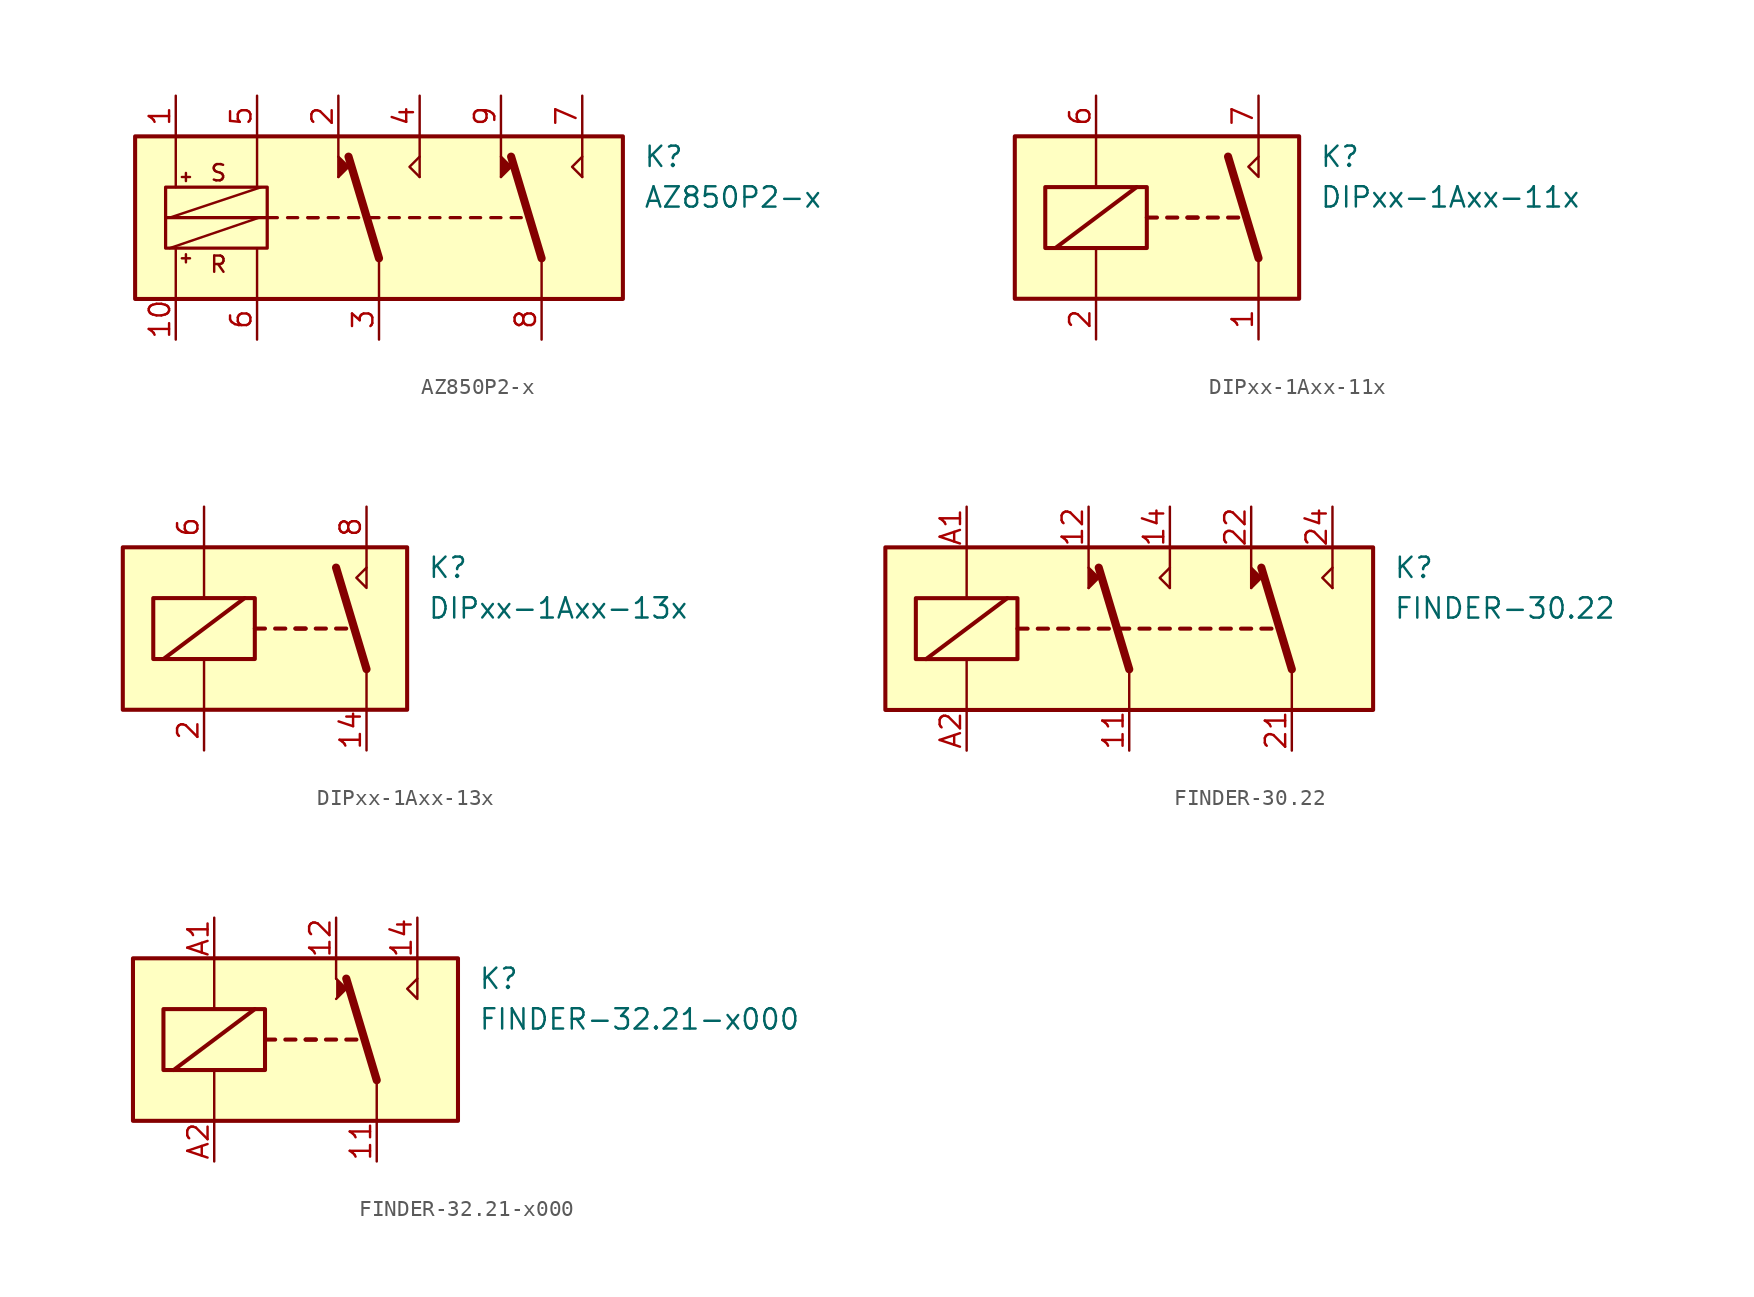
<source format=kicad_sym>
(kicad_symbol_lib
  (version 20201005)
  (generator kicad_symbol_editor)
  (symbol "AZ850P2-x"
    (pin_names
      (offset 1.016))
    (property "Reference" "K"
      (at 16.51 3.81 0)
      (effects (font (size 1.27 1.27)) (justify left)))
    (property "Value" "AZ850P2-x"
      (at 16.51 1.27 0)
      (effects (font (size 1.27 1.27)) (justify left)))
    (symbol "AZ850P2-x_0_0"
      (text "R" (at -10.033 -2.921 0) (effects (font (size 1.016 1.016))))
      (text "S" (at -10.033 2.794 0) (effects (font (size 1.016 1.016)))))
    (symbol "AZ850P2-x_0_1"
      (rectangle (start -15.24 5.08) (end 15.24 -5.08) (stroke (width 0.254)) (fill (type background)))
      (rectangle (start -13.335 1.905) (end -6.985 -1.905) (stroke (width 0.203)) (fill (type none)))
      (polyline (pts (xy -13.335 0) (xy -6.35 0)) (stroke (width 0.203)) (fill (type none)))
      (polyline (pts (xy -13.081 -1.905) (xy -7.493 0)) (stroke (width 0)) (fill (type none)))
      (polyline (pts (xy -13.081 0) (xy -7.366 1.905)) (stroke (width 0)) (fill (type none)))
      (polyline (pts (xy -12.7 -5.08) (xy -12.7 -1.905)) (stroke (width 0)) (fill (type none)))
      (polyline (pts (xy -12.7 5.08) (xy -12.7 1.905)) (stroke (width 0)) (fill (type none)))
      (polyline (pts (xy -12.319 -2.54) (xy -11.811 -2.54)) (stroke (width 0)) (fill (type none)))
      (polyline (pts (xy -12.319 2.54) (xy -11.811 2.54)) (stroke (width 0)) (fill (type none)))
      (polyline (pts (xy -12.065 -2.286) (xy -12.065 -2.794)) (stroke (width 0)) (fill (type none)))
      (polyline (pts (xy -12.065 2.794) (xy -12.065 2.286)) (stroke (width 0)) (fill (type none)))
      (polyline (pts (xy -7.62 -5.08) (xy -7.62 -1.905)) (stroke (width 0)) (fill (type none)))
      (polyline (pts (xy -7.62 5.08) (xy -7.62 1.905)) (stroke (width 0)) (fill (type none)))
      (polyline (pts (xy -5.715 0) (xy -5.08 0)) (stroke (width 0.203)) (fill (type none)))
      (polyline (pts (xy -4.445 0) (xy -3.81 0)) (stroke (width 0.203)) (fill (type none)))
      (polyline (pts (xy -4.445 0) (xy -3.81 0)) (stroke (width 0.203)) (fill (type none)))
      (polyline (pts (xy -3.175 0) (xy -2.54 0)) (stroke (width 0.203)) (fill (type none)))
      (polyline (pts (xy -2.54 2.54) (xy -2.54 5.08)) (stroke (width 0)) (fill (type none)))
      (polyline (pts (xy -1.905 0) (xy -1.27 0)) (stroke (width 0.203)) (fill (type none)))
      (polyline (pts (xy -0.635 0) (xy 0 0)) (stroke (width 0.203)) (fill (type none)))
      (polyline (pts (xy 0 -2.54) (xy -1.905 3.81)) (stroke (width 0.508)) (fill (type none)))
      (polyline (pts (xy 0 -2.54) (xy 0 -5.08)) (stroke (width 0)) (fill (type none)))
      (polyline (pts (xy 0.635 0) (xy 1.27 0)) (stroke (width 0.203)) (fill (type none)))
      (polyline (pts (xy 1.905 0) (xy 2.54 0)) (stroke (width 0.203)) (fill (type none)))
      (polyline (pts (xy 2.54 2.54) (xy 2.54 5.08)) (stroke (width 0)) (fill (type none)))
      (polyline (pts (xy 3.175 0) (xy 3.81 0)) (stroke (width 0.203)) (fill (type none)))
      (polyline (pts (xy 4.445 0) (xy 5.08 0)) (stroke (width 0.203)) (fill (type none)))
      (polyline (pts (xy 5.715 0) (xy 6.35 0)) (stroke (width 0.203)) (fill (type none)))
      (polyline (pts (xy 6.985 0) (xy 7.62 0)) (stroke (width 0.203)) (fill (type none)))
      (polyline (pts (xy 7.62 2.54) (xy 7.62 5.08)) (stroke (width 0)) (fill (type none)))
      (polyline (pts (xy 8.255 0) (xy 8.89 0)) (stroke (width 0.203)) (fill (type none)))
      (polyline (pts (xy 10.16 -2.54) (xy 8.255 3.81)) (stroke (width 0.508)) (fill (type none)))
      (polyline (pts (xy 10.16 -2.54) (xy 10.16 -5.08)) (stroke (width 0)) (fill (type none)))
      (polyline (pts (xy 12.7 2.54) (xy 12.7 5.08)) (stroke (width 0)) (fill (type none)))
      (polyline (pts (xy -2.54 2.54) (xy -1.905 3.175) (xy -2.54 3.81)) (stroke (width 0)) (fill (type outline)))
      (polyline (pts (xy 2.54 2.54) (xy 1.905 3.175) (xy 2.54 3.81)) (stroke (width 0)) (fill (type none)))
      (polyline (pts (xy 7.62 2.54) (xy 8.255 3.175) (xy 7.62 3.81)) (stroke (width 0)) (fill (type outline)))
      (polyline (pts (xy 12.7 2.54) (xy 12.065 3.175) (xy 12.7 3.81)) (stroke (width 0)) (fill (type none))))
    (symbol "AZ850P2-x_1_1"
      (pin passive line (at -12.7 7.62 270) (length 2.54) (name "~" (effects (font (size 1.27 1.27)))) (number "1" (effects (font (size 1.27 1.27)))))
      (pin passive line (at -12.7 -7.62 90) (length 2.54) (name "~" (effects (font (size 1.27 1.27)))) (number "10" (effects (font (size 1.27 1.27)))))
      (pin passive line (at -2.54 7.62 270) (length 2.54) (name "~" (effects (font (size 1.27 1.27)))) (number "2" (effects (font (size 1.27 1.27)))))
      (pin passive line (at 0 -7.62 90) (length 2.54) (name "~" (effects (font (size 1.27 1.27)))) (number "3" (effects (font (size 1.27 1.27)))))
      (pin passive line (at 2.54 7.62 270) (length 2.54) (name "~" (effects (font (size 1.27 1.27)))) (number "4" (effects (font (size 1.27 1.27)))))
      (pin passive line (at -7.62 7.62 270) (length 2.54) (name "~" (effects (font (size 1.27 1.27)))) (number "5" (effects (font (size 1.27 1.27)))))
      (pin passive line (at -7.62 -7.62 90) (length 2.54) (name "~" (effects (font (size 1.27 1.27)))) (number "6" (effects (font (size 1.27 1.27)))))
      (pin passive line (at 12.7 7.62 270) (length 2.54) (name "~" (effects (font (size 1.27 1.27)))) (number "7" (effects (font (size 1.27 1.27)))))
      (pin passive line (at 10.16 -7.62 90) (length 2.54) (name "~" (effects (font (size 1.27 1.27)))) (number "8" (effects (font (size 1.27 1.27)))))
      (pin passive line (at 7.62 7.62 270) (length 2.54) (name "~" (effects (font (size 1.27 1.27)))) (number "9" (effects (font (size 1.27 1.27)))))))
  (symbol "DIPxx-1Axx-11x"
    (pin_names
      (offset 1.016))
    (property "Reference" "K"
      (at 8.89 3.81 0)
      (effects (font (size 1.27 1.27)) (justify left)))
    (property "Value" "DIPxx-1Axx-11x"
      (at 8.89 1.27 0)
      (effects (font (size 1.27 1.27)) (justify left)))
    (symbol "DIPxx-1Axx-11x_0_0"
      (polyline (pts (xy 5.08 3.81) (xy 5.08 5.08)) (stroke (width 0)) (fill (type none)))
      (polyline (pts (xy 5.08 3.81) (xy 5.08 2.54) (xy 4.445 3.175) (xy 5.08 3.81)) (stroke (width 0)) (fill (type none))))
    (symbol "DIPxx-1Axx-11x_0_1"
      (rectangle (start -10.16 5.08) (end 7.62 -5.08) (stroke (width 0.254)) (fill (type background)))
      (rectangle (start -8.255 1.905) (end -1.905 -1.905) (stroke (width 0.254)) (fill (type none)))
      (polyline (pts (xy -7.62 -1.905) (xy -2.54 1.905)) (stroke (width 0.254)) (fill (type none)))
      (polyline (pts (xy -5.08 -5.08) (xy -5.08 -1.905)) (stroke (width 0)) (fill (type none)))
      (polyline (pts (xy -5.08 5.08) (xy -5.08 1.905)) (stroke (width 0)) (fill (type none)))
      (polyline (pts (xy -1.905 0) (xy -1.27 0)) (stroke (width 0.254)) (fill (type none)))
      (polyline (pts (xy -0.635 0) (xy 0 0)) (stroke (width 0.254)) (fill (type none)))
      (polyline (pts (xy 0.635 0) (xy 1.27 0)) (stroke (width 0.254)) (fill (type none)))
      (polyline (pts (xy 0.635 0) (xy 1.27 0)) (stroke (width 0.254)) (fill (type none)))
      (polyline (pts (xy 1.905 0) (xy 2.54 0)) (stroke (width 0.254)) (fill (type none)))
      (polyline (pts (xy 3.175 0) (xy 3.81 0)) (stroke (width 0.254)) (fill (type none)))
      (polyline (pts (xy 5.08 -2.54) (xy 3.175 3.81)) (stroke (width 0.508)) (fill (type none)))
      (polyline (pts (xy 5.08 -2.54) (xy 5.08 -5.08)) (stroke (width 0)) (fill (type none))))
    (symbol "DIPxx-1Axx-11x_1_1"
      (pin passive line (at 5.08 -7.62 90) (length 2.54) (name "~" (effects (font (size 1.27 1.27)))) (number "1" (effects (font (size 1.27 1.27)))))
      (pin passive line (at 5.08 -7.62 90) (length 2.54) hide (name "~" (effects (font (size 1.27 1.27)))) (number "14" (effects (font (size 1.27 1.27)))))
      (pin passive line (at -5.08 -7.62 90) (length 2.54) (name "~" (effects (font (size 1.27 1.27)))) (number "2" (effects (font (size 1.27 1.27)))))
      (pin passive line (at -5.08 7.62 270) (length 2.54) (name "~" (effects (font (size 1.27 1.27)))) (number "6" (effects (font (size 1.27 1.27)))))
      (pin passive line (at 5.08 7.62 270) (length 2.54) (name "~" (effects (font (size 1.27 1.27)))) (number "7" (effects (font (size 1.27 1.27)))))
      (pin passive line (at 5.08 7.62 270) (length 2.54) hide (name "~" (effects (font (size 1.27 1.27)))) (number "8" (effects (font (size 1.27 1.27)))))))
  (symbol "DIPxx-1Axx-13x"
    (pin_names
      (offset 1.016))
    (property "Reference" "K"
      (at 8.89 3.81 0)
      (effects (font (size 1.27 1.27)) (justify left)))
    (property "Value" "DIPxx-1Axx-13x"
      (at 8.89 1.27 0)
      (effects (font (size 1.27 1.27)) (justify left)))
    (symbol "DIPxx-1Axx-13x_0_0"
      (polyline (pts (xy 5.08 3.81) (xy 5.08 5.08)) (stroke (width 0)) (fill (type none)))
      (polyline (pts (xy 5.08 3.81) (xy 5.08 2.54) (xy 4.445 3.175) (xy 5.08 3.81)) (stroke (width 0)) (fill (type none))))
    (symbol "DIPxx-1Axx-13x_0_1"
      (rectangle (start -10.16 5.08) (end 7.62 -5.08) (stroke (width 0.254)) (fill (type background)))
      (rectangle (start -8.255 1.905) (end -1.905 -1.905) (stroke (width 0.254)) (fill (type none)))
      (polyline (pts (xy -7.62 -1.905) (xy -2.54 1.905)) (stroke (width 0.254)) (fill (type none)))
      (polyline (pts (xy -5.08 -5.08) (xy -5.08 -1.905)) (stroke (width 0)) (fill (type none)))
      (polyline (pts (xy -5.08 5.08) (xy -5.08 1.905)) (stroke (width 0)) (fill (type none)))
      (polyline (pts (xy -1.905 0) (xy -1.27 0)) (stroke (width 0.254)) (fill (type none)))
      (polyline (pts (xy -0.635 0) (xy 0 0)) (stroke (width 0.254)) (fill (type none)))
      (polyline (pts (xy 0.635 0) (xy 1.27 0)) (stroke (width 0.254)) (fill (type none)))
      (polyline (pts (xy 0.635 0) (xy 1.27 0)) (stroke (width 0.254)) (fill (type none)))
      (polyline (pts (xy 1.905 0) (xy 2.54 0)) (stroke (width 0.254)) (fill (type none)))
      (polyline (pts (xy 3.175 0) (xy 3.81 0)) (stroke (width 0.254)) (fill (type none)))
      (polyline (pts (xy 5.08 -2.54) (xy 3.175 3.81)) (stroke (width 0.508)) (fill (type none)))
      (polyline (pts (xy 5.08 -2.54) (xy 5.08 -5.08)) (stroke (width 0)) (fill (type none))))
    (symbol "DIPxx-1Axx-13x_1_1"
      (pin passive line (at 5.08 -7.62 90) (length 2.54) (name "~" (effects (font (size 1.27 1.27)))) (number "14" (effects (font (size 1.27 1.27)))))
      (pin passive line (at -5.08 -7.62 90) (length 2.54) (name "~" (effects (font (size 1.27 1.27)))) (number "2" (effects (font (size 1.27 1.27)))))
      (pin passive line (at -5.08 7.62 270) (length 2.54) (name "~" (effects (font (size 1.27 1.27)))) (number "6" (effects (font (size 1.27 1.27)))))
      (pin passive line (at 5.08 7.62 270) (length 2.54) (name "~" (effects (font (size 1.27 1.27)))) (number "8" (effects (font (size 1.27 1.27)))))))
  (symbol "FINDER-30.22"
    (pin_names
      (offset 1.016))
    (property "Reference" "K"
      (at 16.51 3.81 0)
      (effects (font (size 1.27 1.27)) (justify left)))
    (property "Value" "FINDER-30.22"
      (at 16.51 1.27 0)
      (effects (font (size 1.27 1.27)) (justify left)))
    (symbol "FINDER-30.22_0_1"
      (rectangle (start -15.24 5.08) (end 15.24 -5.08) (stroke (width 0.254)) (fill (type background)))
      (rectangle (start -13.335 1.905) (end -6.985 -1.905) (stroke (width 0.254)) (fill (type none)))
      (polyline (pts (xy -12.7 -1.905) (xy -7.62 1.905)) (stroke (width 0.254)) (fill (type none)))
      (polyline (pts (xy -10.16 -5.08) (xy -10.16 -1.905)) (stroke (width 0)) (fill (type none)))
      (polyline (pts (xy -10.16 5.08) (xy -10.16 1.905)) (stroke (width 0)) (fill (type none)))
      (polyline (pts (xy -6.985 0) (xy -6.35 0)) (stroke (width 0.254)) (fill (type none)))
      (polyline (pts (xy -5.715 0) (xy -5.08 0)) (stroke (width 0.254)) (fill (type none)))
      (polyline (pts (xy -4.445 0) (xy -3.81 0)) (stroke (width 0.254)) (fill (type none)))
      (polyline (pts (xy -3.175 0) (xy -2.54 0)) (stroke (width 0.254)) (fill (type none)))
      (polyline (pts (xy -2.54 2.54) (xy -2.54 5.08)) (stroke (width 0)) (fill (type none)))
      (polyline (pts (xy -1.905 0) (xy -1.27 0)) (stroke (width 0.254)) (fill (type none)))
      (polyline (pts (xy -0.635 0) (xy 0 0)) (stroke (width 0.254)) (fill (type none)))
      (polyline (pts (xy 0 -2.54) (xy -1.905 3.81)) (stroke (width 0.508)) (fill (type none)))
      (polyline (pts (xy 0 -2.54) (xy 0 -5.08)) (stroke (width 0)) (fill (type none)))
      (polyline (pts (xy 0.635 0) (xy 1.27 0)) (stroke (width 0.254)) (fill (type none)))
      (polyline (pts (xy 1.905 0) (xy 2.54 0)) (stroke (width 0.254)) (fill (type none)))
      (polyline (pts (xy 2.54 2.54) (xy 2.54 5.08)) (stroke (width 0)) (fill (type none)))
      (polyline (pts (xy 3.175 0) (xy 3.81 0)) (stroke (width 0.254)) (fill (type none)))
      (polyline (pts (xy 4.445 0) (xy 5.08 0)) (stroke (width 0.254)) (fill (type none)))
      (polyline (pts (xy 5.715 0) (xy 6.35 0)) (stroke (width 0.254)) (fill (type none)))
      (polyline (pts (xy 6.985 0) (xy 7.62 0)) (stroke (width 0.254)) (fill (type none)))
      (polyline (pts (xy 7.62 2.54) (xy 7.62 5.08)) (stroke (width 0)) (fill (type none)))
      (polyline (pts (xy 8.255 0) (xy 8.89 0)) (stroke (width 0.254)) (fill (type none)))
      (polyline (pts (xy 10.16 -2.54) (xy 8.255 3.81)) (stroke (width 0.508)) (fill (type none)))
      (polyline (pts (xy 10.16 -2.54) (xy 10.16 -5.08)) (stroke (width 0)) (fill (type none)))
      (polyline (pts (xy 12.7 2.54) (xy 12.7 5.08)) (stroke (width 0)) (fill (type none)))
      (polyline (pts (xy -2.54 2.54) (xy -1.905 3.175) (xy -2.54 3.81)) (stroke (width 0)) (fill (type outline)))
      (polyline (pts (xy 2.54 2.54) (xy 1.905 3.175) (xy 2.54 3.81)) (stroke (width 0)) (fill (type none)))
      (polyline (pts (xy 7.62 2.54) (xy 8.255 3.175) (xy 7.62 3.81)) (stroke (width 0)) (fill (type outline)))
      (polyline (pts (xy 12.7 2.54) (xy 12.065 3.175) (xy 12.7 3.81)) (stroke (width 0)) (fill (type none))))
    (symbol "FINDER-30.22_1_1"
      (pin passive line (at 0 -7.62 90) (length 2.54) (name "~" (effects (font (size 1.27 1.27)))) (number "11" (effects (font (size 1.27 1.27)))))
      (pin passive line (at -2.54 7.62 270) (length 2.54) (name "~" (effects (font (size 1.27 1.27)))) (number "12" (effects (font (size 1.27 1.27)))))
      (pin passive line (at 2.54 7.62 270) (length 2.54) (name "~" (effects (font (size 1.27 1.27)))) (number "14" (effects (font (size 1.27 1.27)))))
      (pin passive line (at 10.16 -7.62 90) (length 2.54) (name "~" (effects (font (size 1.27 1.27)))) (number "21" (effects (font (size 1.27 1.27)))))
      (pin passive line (at 7.62 7.62 270) (length 2.54) (name "~" (effects (font (size 1.27 1.27)))) (number "22" (effects (font (size 1.27 1.27)))))
      (pin passive line (at 12.7 7.62 270) (length 2.54) (name "~" (effects (font (size 1.27 1.27)))) (number "24" (effects (font (size 1.27 1.27)))))
      (pin passive line (at -10.16 7.62 270) (length 2.54) (name "~" (effects (font (size 1.27 1.27)))) (number "A1" (effects (font (size 1.27 1.27)))))
      (pin passive line (at -10.16 -7.62 90) (length 2.54) (name "~" (effects (font (size 1.27 1.27)))) (number "A2" (effects (font (size 1.27 1.27)))))))
  (symbol "FINDER-32.21-x000"
    (pin_names
      (offset 1.016))
    (property "Reference" "K"
      (at 11.43 3.81 0)
      (effects (font (size 1.27 1.27)) (justify left)))
    (property "Value" "FINDER-32.21-x000"
      (at 11.43 1.27 0)
      (effects (font (size 1.27 1.27)) (justify left)))
    (symbol "FINDER-32.21-x000_0_0"
      (polyline (pts (xy 2.54 3.81) (xy 2.54 5.08)) (stroke (width 0)) (fill (type none)))
      (polyline (pts (xy 7.62 3.81) (xy 7.62 5.08)) (stroke (width 0)) (fill (type none)))
      (polyline (pts (xy 7.62 3.81) (xy 7.62 2.54) (xy 6.985 3.175) (xy 7.62 3.81)) (stroke (width 0)) (fill (type none))))
    (symbol "FINDER-32.21-x000_0_1"
      (rectangle (start -10.16 5.08) (end 10.16 -5.08) (stroke (width 0.254)) (fill (type background)))
      (rectangle (start -8.255 1.905) (end -1.905 -1.905) (stroke (width 0.254)) (fill (type none)))
      (polyline (pts (xy -7.62 -1.905) (xy -2.54 1.905)) (stroke (width 0.254)) (fill (type none)))
      (polyline (pts (xy -5.08 -5.08) (xy -5.08 -1.905)) (stroke (width 0)) (fill (type none)))
      (polyline (pts (xy -5.08 5.08) (xy -5.08 1.905)) (stroke (width 0)) (fill (type none)))
      (polyline (pts (xy -1.905 0) (xy -1.27 0)) (stroke (width 0.254)) (fill (type none)))
      (polyline (pts (xy -0.635 0) (xy 0 0)) (stroke (width 0.254)) (fill (type none)))
      (polyline (pts (xy 0.635 0) (xy 1.27 0)) (stroke (width 0.254)) (fill (type none)))
      (polyline (pts (xy 0.635 0) (xy 1.27 0)) (stroke (width 0.254)) (fill (type none)))
      (polyline (pts (xy 1.905 0) (xy 2.54 0)) (stroke (width 0.254)) (fill (type none)))
      (polyline (pts (xy 3.175 0) (xy 3.81 0)) (stroke (width 0.254)) (fill (type none)))
      (polyline (pts (xy 5.08 -2.54) (xy 3.175 3.81)) (stroke (width 0.508)) (fill (type none)))
      (polyline (pts (xy 5.08 -2.54) (xy 5.08 -5.08)) (stroke (width 0)) (fill (type none)))
      (polyline (pts (xy 2.54 2.54) (xy 3.175 3.175) (xy 2.54 3.81)) (stroke (width 0)) (fill (type outline))))
    (symbol "FINDER-32.21-x000_1_1"
      (pin passive line (at 5.08 -7.62 90) (length 2.54) (name "~" (effects (font (size 1.27 1.27)))) (number "11" (effects (font (size 1.27 1.27)))))
      (pin passive line (at 2.54 7.62 270) (length 2.54) (name "~" (effects (font (size 1.27 1.27)))) (number "12" (effects (font (size 1.27 1.27)))))
      (pin passive line (at 7.62 7.62 270) (length 2.54) (name "~" (effects (font (size 1.27 1.27)))) (number "14" (effects (font (size 1.27 1.27)))))
      (pin passive line (at -5.08 7.62 270) (length 2.54) (name "~" (effects (font (size 1.27 1.27)))) (number "A1" (effects (font (size 1.27 1.27)))))
      (pin passive line (at -5.08 -7.62 90) (length 2.54) (name "~" (effects (font (size 1.27 1.27)))) (number "A2" (effects (font (size 1.27 1.27))))))))
</source>
